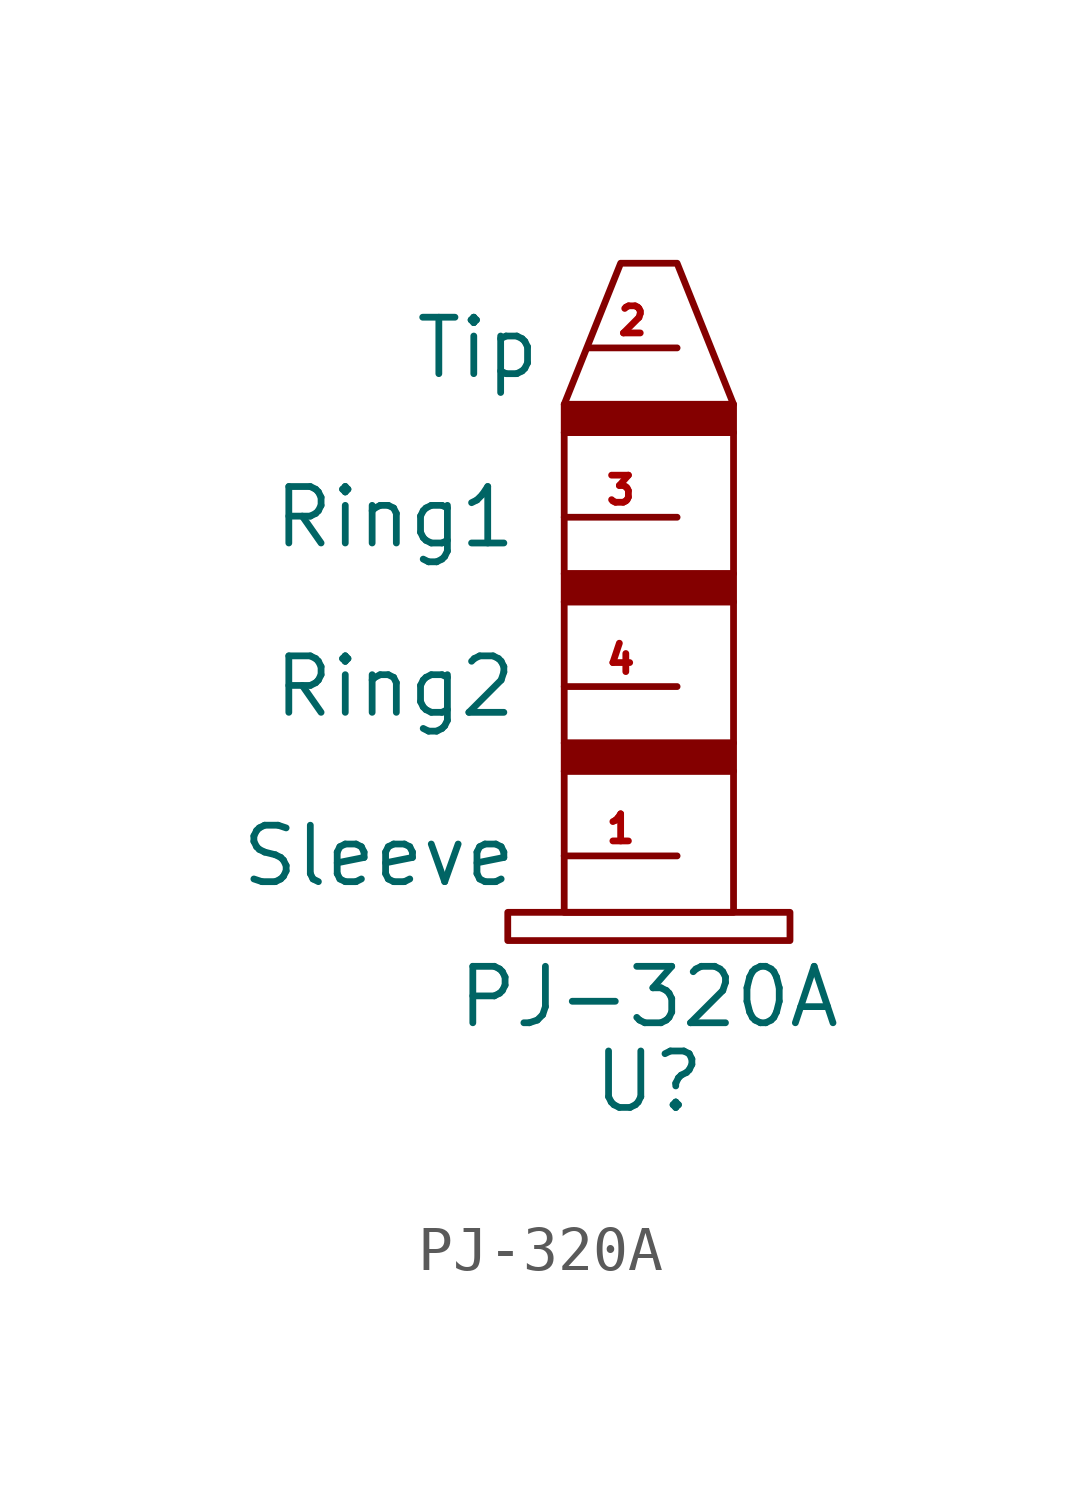
<source format=kicad_sym>
(kicad_symbol_lib
  (version 20211014)
  (generator kicad_symbol_editor)
  (symbol "PJ-320A"
    (pin_names
      (offset 1.016))
    (property "Reference" "U"
      (at 0 -1.905 0)
      (effects (font (size 1.27 1.27))))
    (property "Value" "PJ-320A"
      (at 0 0 0)
      (effects (font (size 1.27 1.27))))
    (symbol "PJ-320A_0_1"
      (rectangle (start -3.175 1.27) (end 3.175 1.905) (stroke (width 0) (type default) (color 0 0 0 0)) (fill (type none)))
      (rectangle (start -1.905 1.905) (end 1.905 5.08) (stroke (width 0) (type default) (color 0 0 0 0)) (fill (type none)))
      (rectangle (start -1.905 5.08) (end 1.905 5.715) (stroke (width 0) (type default) (color 0 0 0 0)) (fill (type outline)))
      (rectangle (start -1.905 5.715) (end 1.905 8.89) (stroke (width 0) (type default) (color 0 0 0 0)) (fill (type none)))
      (rectangle (start -1.905 8.89) (end 1.905 9.525) (stroke (width 0) (type default) (color 0 0 0 0)) (fill (type outline)))
      (rectangle (start -1.905 9.525) (end 1.905 12.7) (stroke (width 0) (type default) (color 0 0 0 0)) (fill (type none)))
      (rectangle (start -1.905 12.7) (end 1.905 13.335) (stroke (width 0) (type default) (color 0 0 0 0)) (fill (type outline)))
      (polyline (pts (xy -1.905 13.335) (xy -0.635 16.51) (xy 0.635 16.51) (xy 1.905 13.335) (xy -1.905 13.335)) (stroke (width 0) (type default) (color 0 0 0 0)) (fill (type none))))
    (symbol "PJ-320A_1_1"
      (pin bidirectional line (at 0.635 3.175 180) (length 2.54) (name "Sleeve" (effects (font (size 1.27 1.27)))) (number "1" (effects (font (size 0.61 0.61)))))
      (pin bidirectional line (at 0.635 14.605 180) (length 2.007) (name "Tip" (effects (font (size 1.27 1.27)))) (number "2" (effects (font (size 0.61 0.61)))))
      (pin bidirectional line (at 0.635 10.795 180) (length 2.54) (name "Ring1" (effects (font (size 1.27 1.27)))) (number "3" (effects (font (size 0.61 0.61)))))
      (pin bidirectional line (at 0.635 6.985 180) (length 2.54) (name "Ring2" (effects (font (size 1.27 1.27)))) (number "4" (effects (font (size 0.61 0.61))))))))
</source>
